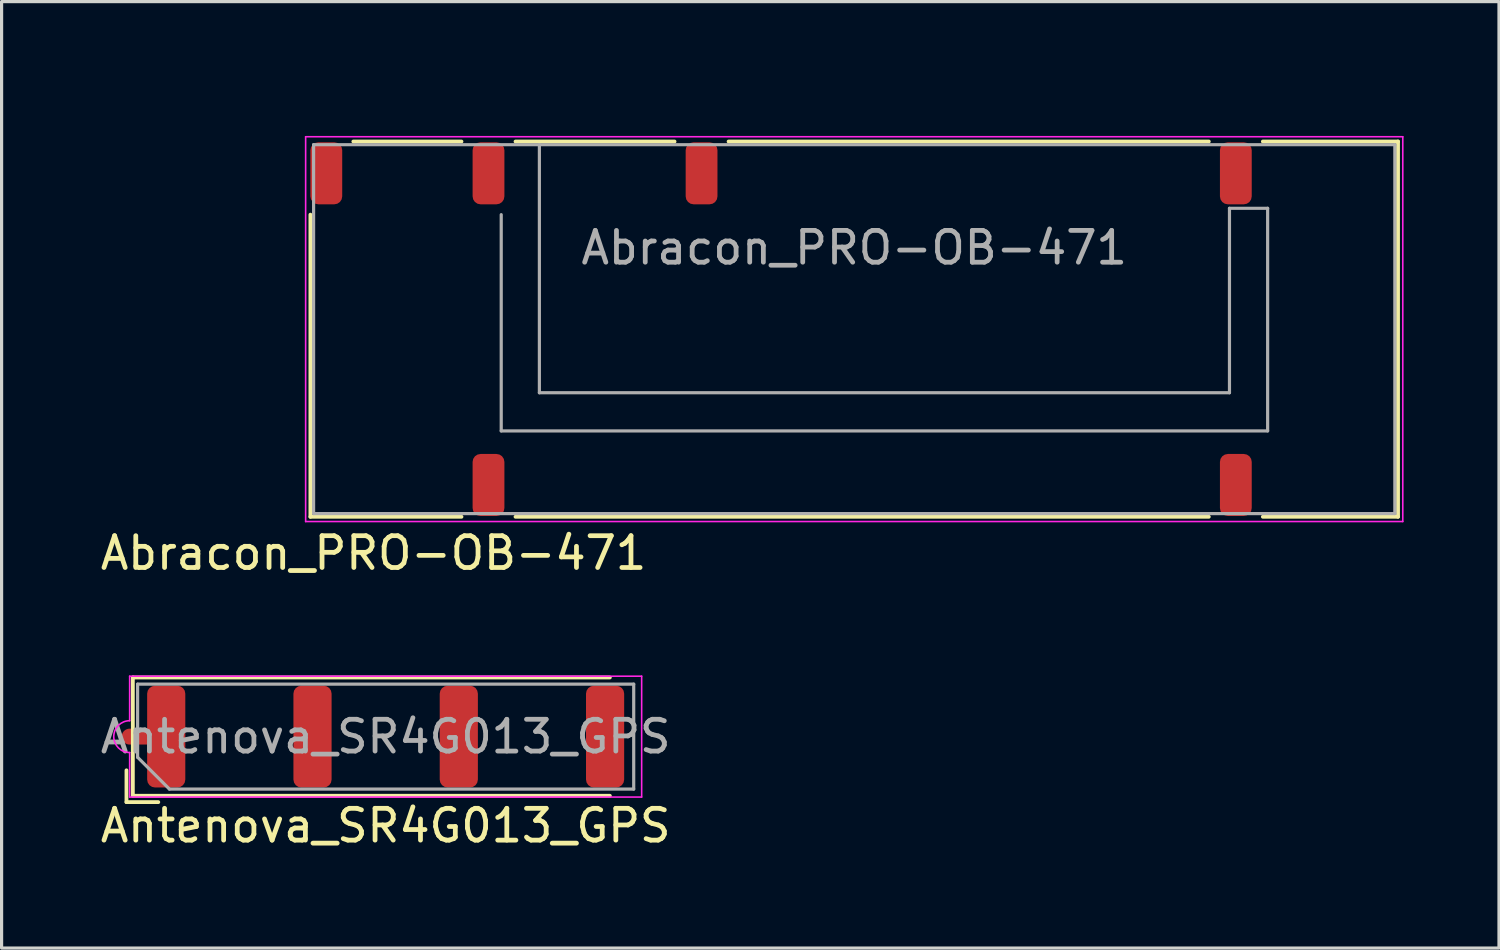
<source format=kicad_pcb>
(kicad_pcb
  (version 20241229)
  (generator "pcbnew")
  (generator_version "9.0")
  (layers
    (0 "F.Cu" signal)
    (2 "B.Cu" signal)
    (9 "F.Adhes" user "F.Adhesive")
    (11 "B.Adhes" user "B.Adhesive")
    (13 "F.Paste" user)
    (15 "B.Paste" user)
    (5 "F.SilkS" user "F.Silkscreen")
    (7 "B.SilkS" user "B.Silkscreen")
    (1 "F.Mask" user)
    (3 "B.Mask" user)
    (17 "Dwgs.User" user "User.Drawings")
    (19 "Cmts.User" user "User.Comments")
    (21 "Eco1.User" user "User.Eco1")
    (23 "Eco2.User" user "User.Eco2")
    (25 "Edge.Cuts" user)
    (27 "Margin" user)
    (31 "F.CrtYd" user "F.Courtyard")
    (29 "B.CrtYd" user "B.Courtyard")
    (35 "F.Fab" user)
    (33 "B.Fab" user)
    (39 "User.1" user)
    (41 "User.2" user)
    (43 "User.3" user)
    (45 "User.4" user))
  (footprint "Abracon_PRO-OB-471"
    (layer "F.Cu")
    (at 23.811 7.3)
    (property "Reference" "Abracon_PRO-OB-471" (at -15.115 7.04 180) (layer "F.SilkS") (effects (font (size 1 1) (thickness 0.15))))
    (attr smd)
    (fp_line (start -17.1 -3.6) (end -17.1 5.9) (stroke (width 0.12) (type solid)) (layer "F.SilkS"))
    (fp_line (start -17.1 5.9) (end -12.35 5.9) (stroke (width 0.12) (type solid)) (layer "F.SilkS"))
    (fp_line (start -15.75 -5.9) (end -12.35 -5.9) (stroke (width 0.12) (type solid)) (layer "F.SilkS"))
    (fp_line (start -10.65 -5.9) (end -5.65 -5.9) (stroke (width 0.12) (type solid)) (layer "F.SilkS"))
    (fp_line (start -10.65 5.9) (end 11.15 5.9) (stroke (width 0.12) (type solid)) (layer "F.SilkS"))
    (fp_line (start -3.95 -5.9) (end 11.15 -5.9) (stroke (width 0.12) (type solid)) (layer "F.SilkS"))
    (fp_line (start 12.85 5.9) (end 17.1 5.9) (stroke (width 0.12) (type solid)) (layer "F.SilkS"))
    (fp_line (start 17.1 -5.9) (end 12.85 -5.9) (stroke (width 0.12) (type solid)) (layer "F.SilkS"))
    (fp_line (start 17.1 5.9) (end 17.1 -5.9) (stroke (width 0.12) (type solid)) (layer "F.SilkS"))
    (fp_line (start -17.25 -6.05) (end 17.25 -6.05) (stroke (width 0.05) (type solid)) (layer "F.CrtYd"))
    (fp_line (start -17.25 6.05) (end -17.25 -6.05) (stroke (width 0.05) (type solid)) (layer "F.CrtYd"))
    (fp_line (start 17.25 -6.05) (end 17.25 6.05) (stroke (width 0.05) (type solid)) (layer "F.CrtYd"))
    (fp_line (start 17.25 6.05) (end -17.25 6.05) (stroke (width 0.05) (type solid)) (layer "F.CrtYd"))
    (fp_line (start -17 -5.8) (end -17 5.8) (stroke (width 0.1) (type solid)) (layer "F.Fab"))
    (fp_line (start -17 5.8) (end 17 5.8) (stroke (width 0.1) (type solid)) (layer "F.Fab"))
    (fp_line (start -11.1 3.2) (end -11.1 -3.6) (stroke (width 0.1) (type solid)) (layer "F.Fab"))
    (fp_line (start -9.9 -5.8) (end -9.9 2) (stroke (width 0.1) (type solid)) (layer "F.Fab"))
    (fp_line (start -9.9 2) (end 11.8 2) (stroke (width 0.1) (type solid)) (layer "F.Fab"))
    (fp_line (start 11.8 -3.8) (end 13 -3.8) (stroke (width 0.1) (type solid)) (layer "F.Fab"))
    (fp_line (start 11.8 2) (end 11.8 -3.8) (stroke (width 0.1) (type solid)) (layer "F.Fab"))
    (fp_line (start 13 -3.8) (end 13 3.2) (stroke (width 0.1) (type solid)) (layer "F.Fab"))
    (fp_line (start 13 3.2) (end -11.1 3.2) (stroke (width 0.1) (type solid)) (layer "F.Fab"))
    (fp_line (start 17 -5.8) (end -17 -5.8) (stroke (width 0.1) (type solid)) (layer "F.Fab"))
    (fp_line (start 17 5.8) (end 17 -5.8) (stroke (width 0.1) (type solid)) (layer "F.Fab"))
    (fp_text user "${REFERENCE}" (at 0 -2.56 0) (layer "F.Fab") (effects (font (size 1 1) (thickness 0.15))))
    (pad "1" smd roundrect (at -11.5 -4.9) (size 1 1.95) (layers "F.Cu" "F.Mask" "F.Paste") (roundrect_rratio 0.25))
    (pad "2" smd roundrect (at -16.6 -4.9) (size 1 1.95) (layers "F.Cu" "F.Mask" "F.Paste") (roundrect_rratio 0.25))
    (pad "3" smd roundrect (at -11.5 4.9) (size 1 1.95) (layers "F.Cu" "F.Mask" "F.Paste") (roundrect_rratio 0.25))
    (pad "4" smd roundrect (at 12 4.9) (size 1 1.95) (layers "F.Cu" "F.Mask" "F.Paste") (roundrect_rratio 0.25))
    (pad "5" smd roundrect (at 12 -4.9) (size 1 1.95) (layers "F.Cu" "F.Mask" "F.Paste") (roundrect_rratio 0.25))
    (pad "6" smd roundrect (at -4.8 -4.9) (size 1 1.95) (layers "F.Cu" "F.Mask" "F.Paste") (roundrect_rratio 0.25))
    (zone (net_name "") (layers "F.Cu" "Dwgs.User") (hatch edge 0.508) (connect_pads) (min_thickness 0.254) (filled_areas_thickness no) (keepout (tracks allowed) (vias not_allowed) (pads allowed) (copperpour not_allowed) (footprints allowed)) (placement (enabled no)) (fill) (polygon (pts (xy 13.111 3.65) (xy 11.511 3.66) (xy 11.511 1.15) (xy 13.111 1.15))))
    (zone (net_name "") (layers "F.Cu" "Dwgs.User") (hatch edge 0.508) (connect_pads) (min_thickness 0.254) (filled_areas_thickness no) (keepout (tracks not_allowed) (vias not_allowed) (pads allowed) (copperpour not_allowed) (footprints allowed)) (placement (enabled no)) (fill) (polygon (pts (xy 14.261 14.6) (xy 10.361 14.6) (xy 10.361 9.8) (xy 14.261 9.8))))
    (zone (net_name "") (layers "F.Cu" "Dwgs.User") (hatch edge 0.508) (connect_pads) (min_thickness 0.254) (filled_areas_thickness no) (keepout (tracks not_allowed) (vias not_allowed) (pads allowed) (copperpour not_allowed) (footprints allowed)) (placement (enabled no)) (fill) (polygon (pts (xy 20.961 4.8) (xy 17.061 4.8) (xy 17.061 0) (xy 20.961 0))))
    (zone (net_name "") (layers "F.Cu" "Dwgs.User") (hatch edge 0.508) (connect_pads) (min_thickness 0.254) (filled_areas_thickness no) (keepout (tracks not_allowed) (vias not_allowed) (pads allowed) (copperpour not_allowed) (footprints allowed)) (placement (enabled no)) (fill) (polygon (pts (xy 37.761 4.8) (xy 33.861 4.8) (xy 33.861 0) (xy 37.761 0))))
    (zone (net_name "") (layers "F.Cu" "Dwgs.User") (hatch edge 0.508) (connect_pads) (min_thickness 0.254) (filled_areas_thickness no) (keepout (tracks not_allowed) (vias not_allowed) (pads allowed) (copperpour not_allowed) (footprints allowed)) (placement (enabled no)) (fill) (polygon (pts (xy 37.761 14.6) (xy 33.861 14.6) (xy 33.861 9.8) (xy 37.761 9.8))))
    (zone (net_name "") (layers "F.Cu" "Dwgs.User") (hatch edge 0.508) (connect_pads) (min_thickness 0.254) (filled_areas_thickness no) (keepout (tracks not_allowed) (vias not_allowed) (pads not_allowed) (copperpour not_allowed) (footprints allowed)) (placement (enabled no)) (fill) (polygon (pts (xy 7.111 1.425) (xy 6.711 1.425) (xy 6.711 2.3) (xy 6.411 2.3) (xy 6.411 1.15) (xy 7.111 1.15))))
    (zone (net_name "") (layers "F.Cu" "Dwgs.User") (hatch edge 0.508) (connect_pads) (min_thickness 0.254) (filled_areas_thickness no) (keepout (tracks not_allowed) (vias not_allowed) (pads not_allowed) (copperpour not_allowed) (footprints allowed)) (placement (enabled no)) (fill) (polygon (pts (xy 7.111 3.375) (xy 6.711 3.375) (xy 6.711 2.5) (xy 6.411 2.5) (xy 6.411 3.65) (xy 7.111 3.65))))
    (zone (net_name "") (layers "F.Cu" "Dwgs.User") (hatch edge 0.508) (connect_pads) (min_thickness 0.254) (filled_areas_thickness no) (keepout (tracks not_allowed) (vias not_allowed) (pads not_allowed) (copperpour not_allowed) (footprints allowed)) (placement (enabled no)) (fill) (polygon (pts (xy 7.311 1.425) (xy 7.711 1.425) (xy 7.711 2.3) (xy 8.011 2.3) (xy 8.011 1.15) (xy 7.311 1.15))))
    (zone (net_name "") (layers "F.Cu" "Dwgs.User") (hatch edge 0.508) (connect_pads) (min_thickness 0.254) (filled_areas_thickness no) (keepout (tracks not_allowed) (vias not_allowed) (pads not_allowed) (copperpour not_allowed) (footprints allowed)) (placement (enabled no)) (fill) (polygon (pts (xy 7.311 3.375) (xy 7.711 3.375) (xy 7.711 2.5) (xy 8.011 2.5) (xy 8.011 3.65) (xy 7.311 3.65))))
    (zone (net_name "") (layers "B.Cu" "Dwgs.User") (hatch edge 0.508) (connect_pads) (min_thickness 0.254) (filled_areas_thickness no) (keepout (tracks not_allowed) (vias not_allowed) (pads not_allowed) (copperpour not_allowed) (footprints allowed)) (placement (enabled no)) (fill) (polygon (pts (xy 13.111 3.65) (xy 11.511 3.65) (xy 11.511 1.15) (xy 13.111 1.15))))
    (zone (net_name "") (layers "B.Cu" "Dwgs.User") (hatch edge 0.508) (connect_pads) (min_thickness 0.254) (filled_areas_thickness no) (keepout (tracks not_allowed) (vias not_allowed) (pads not_allowed) (copperpour not_allowed) (footprints allowed)) (placement (enabled no)) (fill) (polygon (pts (xy 14.261 14.6) (xy 10.361 14.6) (xy 10.361 9.8) (xy 14.261 9.8))))
    (zone (net_name "") (layers "B.Cu" "Dwgs.User") (hatch edge 0.508) (connect_pads) (min_thickness 0.254) (filled_areas_thickness no) (keepout (tracks not_allowed) (vias not_allowed) (pads not_allowed) (copperpour not_allowed) (footprints allowed)) (placement (enabled no)) (fill) (polygon (pts (xy 20.961 4.8) (xy 17.061 4.8) (xy 17.061 0) (xy 20.961 0))))
    (zone (net_name "") (layers "B.Cu" "Dwgs.User") (hatch edge 0.508) (connect_pads) (min_thickness 0.254) (filled_areas_thickness no) (keepout (tracks not_allowed) (vias not_allowed) (pads not_allowed) (copperpour not_allowed) (footprints allowed)) (placement (enabled no)) (fill) (polygon (pts (xy 37.761 4.8) (xy 33.861 4.8) (xy 33.861 0) (xy 37.761 0))))
    (zone (net_name "") (layers "B.Cu" "Dwgs.User") (hatch edge 0.508) (connect_pads) (min_thickness 0.254) (filled_areas_thickness no) (keepout (tracks not_allowed) (vias not_allowed) (pads not_allowed) (copperpour not_allowed) (footprints allowed)) (placement (enabled no)) (fill) (polygon (pts (xy 37.761 14.6) (xy 33.861 14.6) (xy 33.861 9.8) (xy 37.761 9.8)))))
  (footprint "Antenova_SR4G013_GPS"
    (layer "F.Cu")
    (at 9.077 20.113)
    (property "Reference" "Antenova_SR4G013_GPS" (at 0 2.8 180) (layer "F.SilkS") (effects (font (size 1 1) (thickness 0.15))))
    (attr smd)
    (fp_line (start -8.05 0) (end -6.9 0) (stroke (width 0.5) (type default)) (layer "F.Cu"))
    (fp_line (start -8.15 1.06) (end -8.15 2.06) (stroke (width 0.12) (type default)) (layer "F.SilkS"))
    (fp_line (start -8.15 2.06) (end -7.15 2.06) (stroke (width 0.12) (type default)) (layer "F.SilkS"))
    (fp_line (start -7.95 -1.86) (end -7.95 1.86) (stroke (width 0.12) (type default)) (layer "F.SilkS"))
    (fp_line (start -7.95 -1.86) (end 7.05 -1.86) (stroke (width 0.12) (type default)) (layer "F.SilkS"))
    (fp_line (start -7.95 1.86) (end 7.05 1.86) (stroke (width 0.12) (type default)) (layer "F.SilkS"))
    (fp_line (start -8.05 -1.9) (end -8.05 -0.5) (stroke (width 0.05) (type default)) (layer "F.CrtYd"))
    (fp_line (start -8.05 0.5) (end -8.05 1.9) (stroke (width 0.05) (type default)) (layer "F.CrtYd"))
    (fp_line (start -8.05 1.9) (end 8.05 1.9) (stroke (width 0.05) (type default)) (layer "F.CrtYd"))
    (fp_line (start 8.05 -1.9) (end -8.05 -1.9) (stroke (width 0.05) (type default)) (layer "F.CrtYd"))
    (fp_line (start 8.05 1.9) (end 8.05 -1.9) (stroke (width 0.05) (type default)) (layer "F.CrtYd"))
    (fp_arc (start -8.05 0.5) (mid -8.55 0) (end -8.05 -0.5) (stroke (width 0.05) (type default)) (layer "F.CrtYd"))
    (fp_line (start -7.8 -1.65) (end 7.8 -1.65) (stroke (width 0.1) (type default)) (layer "F.Fab"))
    (fp_line (start -7.8 0.65) (end -7.8 -1.65) (stroke (width 0.1) (type default)) (layer "F.Fab"))
    (fp_line (start -7.8 0.65) (end -6.8 1.65) (stroke (width 0.1) (type default)) (layer "F.Fab"))
    (fp_line (start 7.8 -1.65) (end 7.8 1.65) (stroke (width 0.1) (type default)) (layer "F.Fab"))
    (fp_line (start 7.8 1.65) (end -6.8 1.65) (stroke (width 0.1) (type default)) (layer "F.Fab"))
    (fp_text user "${REFERENCE}" (at 0 0 0) (layer "F.Fab") (effects (font (size 1 1) (thickness 0.15))))
    (pad "1" smd roundrect (at -6.9 0) (size 1.2 3.2) (layers "F.Cu" "F.Mask" "F.Paste") (roundrect_rratio 0.208))
    (pad "2" smd roundrect (at -8.05 0) (size 0.3 0.3) (layers "F.Cu") (roundrect_rratio 0.25))
    (pad "2" smd roundrect (at -2.3 0) (size 1.2 3.2) (layers "F.Cu" "F.Mask" "F.Paste") (roundrect_rratio 0.208))
    (pad "2" smd roundrect (at 2.3 0) (size 1.2 3.2) (layers "F.Cu" "F.Mask" "F.Paste") (roundrect_rratio 0.208))
    (pad "2" smd roundrect (at 6.9 0) (size 1.2 3.2) (layers "F.Cu" "F.Mask" "F.Paste") (roundrect_rratio 0.208))
    (zone (net_name "") (layer "F.Cu") (hatch edge 0.508) (connect_pads) (min_thickness 0.254) (filled_areas_thickness no) (keepout (tracks not_allowed) (vias not_allowed) (pads not_allowed) (copperpour not_allowed) (footprints allowed)) (placement (enabled no)) (fill) (polygon (pts (xy 1.627 18.463) (xy 2.827 18.463) (xy 2.827 21.713) (xy 2.927 21.713) (xy 2.927 18.363) (xy 1.627 18.363)))))
  (gr_rect
    (start -3 -3)
    (end 44.086 26.762)
    (stroke (width 0.1) (type default))
    (fill no)
    (layer "Edge.Cuts")))
</source>
